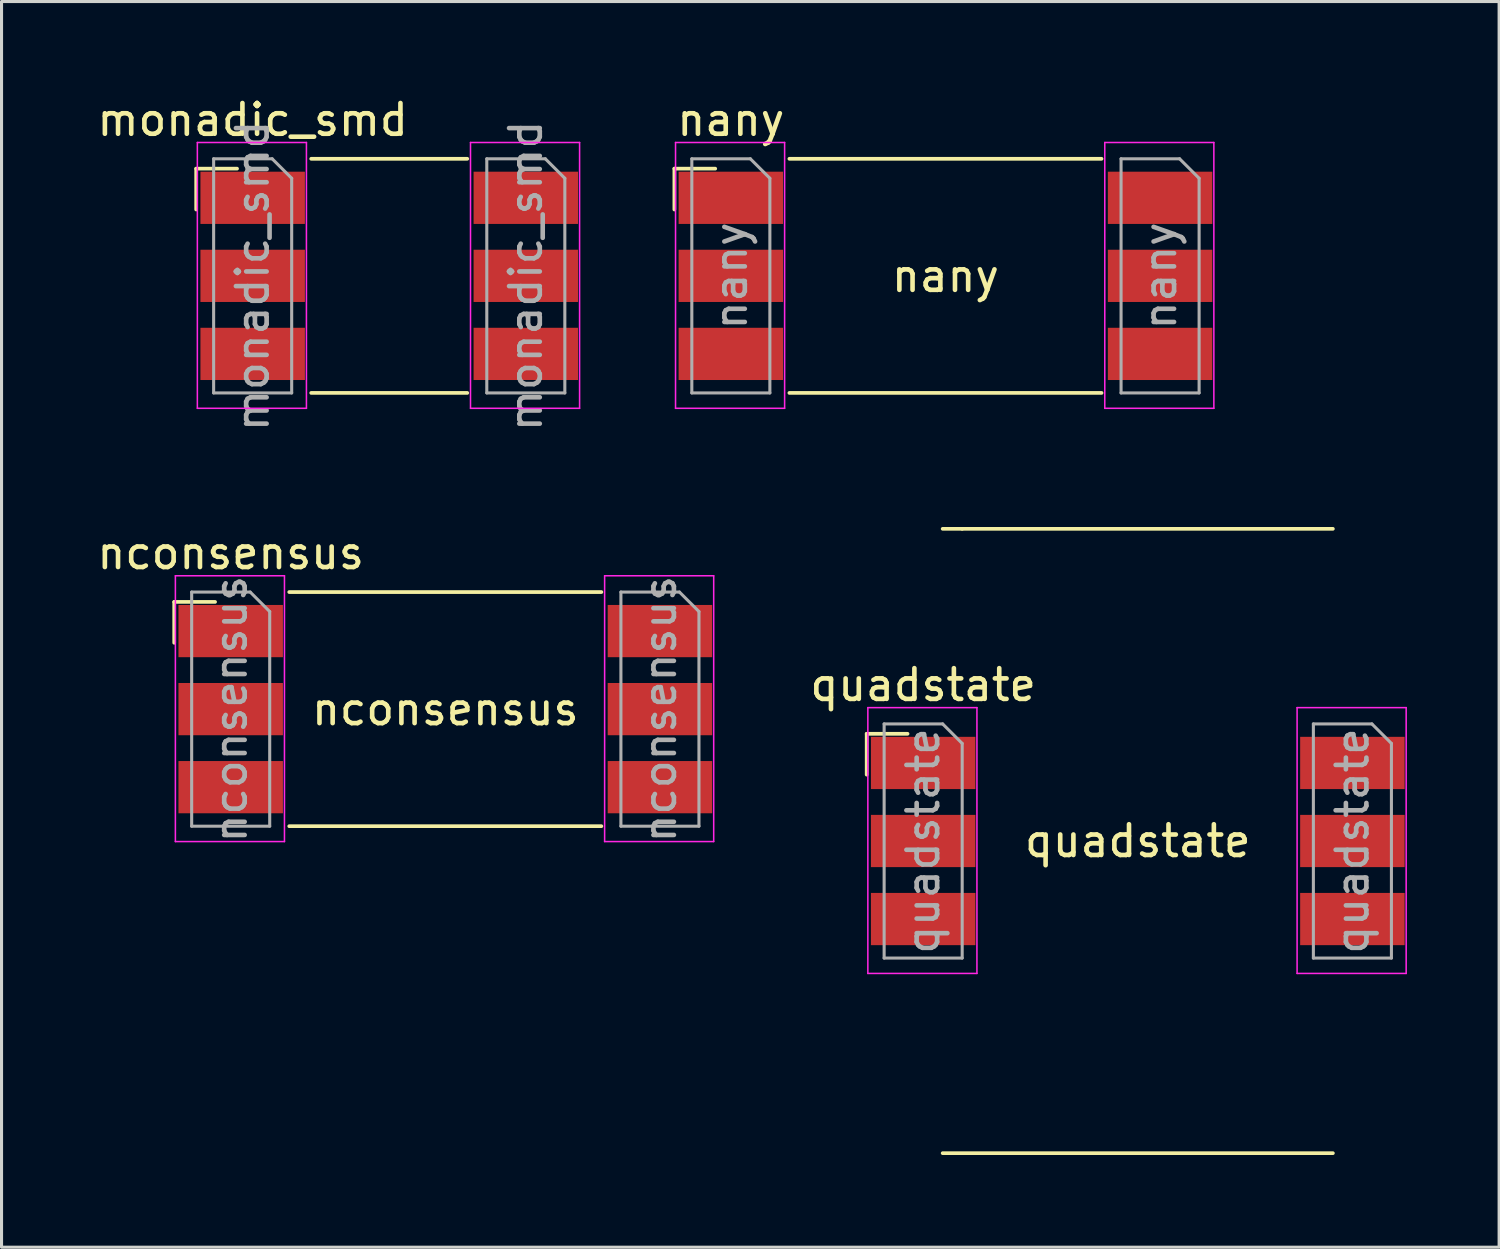
<source format=kicad_pcb>
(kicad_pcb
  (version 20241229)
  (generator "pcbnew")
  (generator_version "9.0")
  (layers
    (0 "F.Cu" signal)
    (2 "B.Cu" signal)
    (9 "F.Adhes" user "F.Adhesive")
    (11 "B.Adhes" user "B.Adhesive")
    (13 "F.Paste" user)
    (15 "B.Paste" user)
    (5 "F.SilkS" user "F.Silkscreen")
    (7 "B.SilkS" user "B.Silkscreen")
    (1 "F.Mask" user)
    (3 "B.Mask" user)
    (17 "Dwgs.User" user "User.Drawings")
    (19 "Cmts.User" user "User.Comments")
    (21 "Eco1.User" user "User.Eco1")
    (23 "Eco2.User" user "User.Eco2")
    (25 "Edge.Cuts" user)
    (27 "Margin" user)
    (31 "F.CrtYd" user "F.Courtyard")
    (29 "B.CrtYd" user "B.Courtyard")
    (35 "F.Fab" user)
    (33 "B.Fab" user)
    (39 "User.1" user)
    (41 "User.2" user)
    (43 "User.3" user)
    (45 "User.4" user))
  (footprint "monadic_smd"
    (layer "F.Cu")
    (at 5.173 5.928)
    (property "Reference" "monadic_smd" (at 0 -5.08 0) (layer "F.SilkS") (effects (font (size 1 1) (thickness 0.15))))
    (attr through_hole)
    (fp_line (start -1.838 -3.489) (end -0.508 -3.489) (stroke (width 0.12) (type solid)) (layer "F.SilkS"))
    (fp_line (start -1.838 -2.159) (end -1.838 -3.489) (stroke (width 0.12) (type solid)) (layer "F.SilkS"))
    (fp_line (start 1.905 -3.81) (end 6.985 -3.81) (stroke (width 0.12) (type solid)) (layer "F.SilkS"))
    (fp_line (start 6.985 3.81) (end 1.905 3.81) (stroke (width 0.12) (type solid)) (layer "F.SilkS"))
    (fp_line (start -1.8 -4.34) (end 1.75 -4.34) (stroke (width 0.05) (type solid)) (layer "F.CrtYd"))
    (fp_line (start -1.8 4.31) (end -1.8 -4.34) (stroke (width 0.05) (type solid)) (layer "F.CrtYd"))
    (fp_line (start 1.75 -4.34) (end 1.75 4.31) (stroke (width 0.05) (type solid)) (layer "F.CrtYd"))
    (fp_line (start 1.75 4.31) (end -1.8 4.31) (stroke (width 0.05) (type solid)) (layer "F.CrtYd"))
    (fp_line (start 7.09 -4.34) (end 10.64 -4.34) (stroke (width 0.05) (type solid)) (layer "F.CrtYd"))
    (fp_line (start 7.09 4.31) (end 7.09 -4.34) (stroke (width 0.05) (type solid)) (layer "F.CrtYd"))
    (fp_line (start 10.64 -4.34) (end 10.64 4.31) (stroke (width 0.05) (type solid)) (layer "F.CrtYd"))
    (fp_line (start 10.64 4.31) (end 7.09 4.31) (stroke (width 0.05) (type solid)) (layer "F.CrtYd"))
    (fp_line (start -1.27 -3.81) (end 0.635 -3.81) (stroke (width 0.1) (type solid)) (layer "F.Fab"))
    (fp_line (start -1.27 3.81) (end -1.27 -3.81) (stroke (width 0.1) (type solid)) (layer "F.Fab"))
    (fp_line (start 0.635 -3.81) (end 1.27 -3.175) (stroke (width 0.1) (type solid)) (layer "F.Fab"))
    (fp_line (start 1.27 -3.175) (end 1.27 3.81) (stroke (width 0.1) (type solid)) (layer "F.Fab"))
    (fp_line (start 1.27 3.81) (end -1.27 3.81) (stroke (width 0.1) (type solid)) (layer "F.Fab"))
    (fp_line (start 7.62 -3.81) (end 9.525 -3.81) (stroke (width 0.1) (type solid)) (layer "F.Fab"))
    (fp_line (start 7.62 3.81) (end 7.62 -3.81) (stroke (width 0.1) (type solid)) (layer "F.Fab"))
    (fp_line (start 9.525 -3.81) (end 10.16 -3.175) (stroke (width 0.1) (type solid)) (layer "F.Fab"))
    (fp_line (start 10.16 -3.175) (end 10.16 3.81) (stroke (width 0.1) (type solid)) (layer "F.Fab"))
    (fp_line (start 10.16 3.81) (end 7.62 3.81) (stroke (width 0.1) (type solid)) (layer "F.Fab"))
    (fp_text user "${REFERENCE}" (at 0 0 90) (layer "F.Fab") (effects (font (size 1 1) (thickness 0.15))))
    (fp_text user "${REFERENCE}" (at 8.89 0 90) (layer "F.Fab") (effects (font (size 1 1) (thickness 0.15))))
    (pad "1" smd rect (at 0 -2.54) (size 3.4 1.7) (layers "F.Cu" "F.Mask" "F.Paste"))
    (pad "2" smd rect (at 8.89 -2.54) (size 3.4 1.7) (layers "F.Cu" "F.Mask" "F.Paste"))
    (pad "3" smd rect (at 0 0) (size 3.4 1.7) (layers "F.Cu" "F.Mask" "F.Paste"))
    (pad "4" smd rect (at 8.89 0) (size 3.4 1.7) (layers "F.Cu" "F.Mask" "F.Paste"))
    (pad "5" smd rect (at 0 2.54) (size 3.4 1.7) (layers "F.Cu" "F.Mask" "F.Paste"))
    (pad "6" smd rect (at 8.89 2.54) (size 3.4 1.7) (layers "F.Cu" "F.Mask" "F.Paste")))
  (footprint "quadstate"
    (layer "F.Cu")
    (at 26.995 21.781)
    (property "Reference" "quadstate" (at 0 -2.54 0) (layer "F.SilkS") (effects (font (size 1 1) (thickness 0.15))))
    (attr through_hole)
    (fp_line (start -1.838 -0.949) (end -0.508 -0.949) (stroke (width 0.12) (type solid)) (layer "F.SilkS"))
    (fp_line (start -1.838 0.381) (end -1.838 -0.949) (stroke (width 0.12) (type solid)) (layer "F.SilkS"))
    (fp_line (start 0.635 -7.62) (end 1.27 -7.62) (stroke (width 0.12) (type solid)) (layer "F.SilkS"))
    (fp_line (start 13.335 -7.62) (end 1.27 -7.62) (stroke (width 0.12) (type solid)) (layer "F.SilkS"))
    (fp_line (start 13.335 12.7) (end 0.635 12.7) (stroke (width 0.12) (type solid)) (layer "F.SilkS"))
    (fp_line (start -1.8 -1.8) (end 1.75 -1.8) (stroke (width 0.05) (type solid)) (layer "F.CrtYd"))
    (fp_line (start -1.8 6.85) (end -1.8 -1.8) (stroke (width 0.05) (type solid)) (layer "F.CrtYd"))
    (fp_line (start 1.75 -1.8) (end 1.75 6.85) (stroke (width 0.05) (type solid)) (layer "F.CrtYd"))
    (fp_line (start 1.75 6.85) (end -1.8 6.85) (stroke (width 0.05) (type solid)) (layer "F.CrtYd"))
    (fp_line (start 12.17 -1.8) (end 15.72 -1.8) (stroke (width 0.05) (type solid)) (layer "F.CrtYd"))
    (fp_line (start 12.17 6.85) (end 12.17 -1.8) (stroke (width 0.05) (type solid)) (layer "F.CrtYd"))
    (fp_line (start 15.72 -1.8) (end 15.72 6.85) (stroke (width 0.05) (type solid)) (layer "F.CrtYd"))
    (fp_line (start 15.72 6.85) (end 12.17 6.85) (stroke (width 0.05) (type solid)) (layer "F.CrtYd"))
    (fp_line (start -1.27 -1.27) (end 0.635 -1.27) (stroke (width 0.1) (type solid)) (layer "F.Fab"))
    (fp_line (start -1.27 6.35) (end -1.27 -1.27) (stroke (width 0.1) (type solid)) (layer "F.Fab"))
    (fp_line (start 0.635 -1.27) (end 1.27 -0.635) (stroke (width 0.1) (type solid)) (layer "F.Fab"))
    (fp_line (start 1.27 -0.635) (end 1.27 6.35) (stroke (width 0.1) (type solid)) (layer "F.Fab"))
    (fp_line (start 1.27 6.35) (end -1.27 6.35) (stroke (width 0.1) (type solid)) (layer "F.Fab"))
    (fp_line (start 12.7 -1.27) (end 14.605 -1.27) (stroke (width 0.1) (type solid)) (layer "F.Fab"))
    (fp_line (start 12.7 6.35) (end 12.7 -1.27) (stroke (width 0.1) (type solid)) (layer "F.Fab"))
    (fp_line (start 14.605 -1.27) (end 15.24 -0.635) (stroke (width 0.1) (type solid)) (layer "F.Fab"))
    (fp_line (start 15.24 -0.635) (end 15.24 6.35) (stroke (width 0.1) (type solid)) (layer "F.Fab"))
    (fp_line (start 15.24 6.35) (end 12.7 6.35) (stroke (width 0.1) (type solid)) (layer "F.Fab"))
    (fp_text user "quadstate" (at 6.985 2.54 0) (layer "F.SilkS") (effects (font (size 1 1) (thickness 0.15))))
    (fp_text user "${REFERENCE}" (at 13.97 2.54 90) (layer "F.Fab") (effects (font (size 1 1) (thickness 0.15))))
    (fp_text user "${REFERENCE}" (at 0 2.54 90) (layer "F.Fab") (effects (font (size 1 1) (thickness 0.15))))
    (pad "1" smd rect (at 0 0) (size 3.4 1.7) (layers "F.Cu" "F.Mask" "F.Paste"))
    (pad "2" smd rect (at 13.97 0) (size 3.4 1.7) (layers "F.Cu" "F.Mask" "F.Paste"))
    (pad "3" smd rect (at 0 2.54) (size 3.4 1.7) (layers "F.Cu" "F.Mask" "F.Paste"))
    (pad "4" smd rect (at 13.97 2.54) (size 3.4 1.7) (layers "F.Cu" "F.Mask" "F.Paste"))
    (pad "5" smd rect (at 0 5.08) (size 3.4 1.7) (layers "F.Cu" "F.Mask" "F.Paste"))
    (pad "6" smd rect (at 13.97 5.08) (size 3.4 1.7) (layers "F.Cu" "F.Mask" "F.Paste")))
  (footprint "nconsensus"
    (layer "F.Cu")
    (at 4.458 20.029)
    (property "Reference" "nconsensus" (at 0 -5.08 0) (layer "F.SilkS") (effects (font (size 1 1) (thickness 0.15))))
    (attr through_hole)
    (fp_line (start -1.838 -3.489) (end -0.508 -3.489) (stroke (width 0.12) (type solid)) (layer "F.SilkS"))
    (fp_line (start -1.838 -2.159) (end -1.838 -3.489) (stroke (width 0.12) (type solid)) (layer "F.SilkS"))
    (fp_line (start 1.905 -3.81) (end 12.065 -3.81) (stroke (width 0.12) (type solid)) (layer "F.SilkS"))
    (fp_line (start 1.905 3.81) (end 12.065 3.81) (stroke (width 0.12) (type solid)) (layer "F.SilkS"))
    (fp_line (start -1.8 -4.34) (end 1.75 -4.34) (stroke (width 0.05) (type solid)) (layer "F.CrtYd"))
    (fp_line (start -1.8 4.31) (end -1.8 -4.34) (stroke (width 0.05) (type solid)) (layer "F.CrtYd"))
    (fp_line (start 1.75 -4.34) (end 1.75 4.31) (stroke (width 0.05) (type solid)) (layer "F.CrtYd"))
    (fp_line (start 1.75 4.31) (end -1.8 4.31) (stroke (width 0.05) (type solid)) (layer "F.CrtYd"))
    (fp_line (start 12.17 -4.34) (end 15.72 -4.34) (stroke (width 0.05) (type solid)) (layer "F.CrtYd"))
    (fp_line (start 12.17 4.31) (end 12.17 -4.34) (stroke (width 0.05) (type solid)) (layer "F.CrtYd"))
    (fp_line (start 15.72 -4.34) (end 15.72 4.31) (stroke (width 0.05) (type solid)) (layer "F.CrtYd"))
    (fp_line (start 15.72 4.31) (end 12.17 4.31) (stroke (width 0.05) (type solid)) (layer "F.CrtYd"))
    (fp_line (start -1.27 -3.81) (end 0.635 -3.81) (stroke (width 0.1) (type solid)) (layer "F.Fab"))
    (fp_line (start -1.27 3.81) (end -1.27 -3.81) (stroke (width 0.1) (type solid)) (layer "F.Fab"))
    (fp_line (start 0.635 -3.81) (end 1.27 -3.175) (stroke (width 0.1) (type solid)) (layer "F.Fab"))
    (fp_line (start 1.27 -3.175) (end 1.27 3.81) (stroke (width 0.1) (type solid)) (layer "F.Fab"))
    (fp_line (start 1.27 3.81) (end -1.27 3.81) (stroke (width 0.1) (type solid)) (layer "F.Fab"))
    (fp_line (start 12.7 -3.81) (end 14.605 -3.81) (stroke (width 0.1) (type solid)) (layer "F.Fab"))
    (fp_line (start 12.7 3.81) (end 12.7 -3.81) (stroke (width 0.1) (type solid)) (layer "F.Fab"))
    (fp_line (start 14.605 -3.81) (end 15.24 -3.175) (stroke (width 0.1) (type solid)) (layer "F.Fab"))
    (fp_line (start 15.24 -3.175) (end 15.24 3.81) (stroke (width 0.1) (type solid)) (layer "F.Fab"))
    (fp_line (start 15.24 3.81) (end 12.7 3.81) (stroke (width 0.1) (type solid)) (layer "F.Fab"))
    (fp_text user "nconsensus" (at 6.985 0 0) (layer "F.SilkS") (effects (font (size 1 1) (thickness 0.15))))
    (fp_text user "${REFERENCE}" (at 13.97 0 90) (layer "F.Fab") (effects (font (size 1 1) (thickness 0.15))))
    (fp_text user "${REFERENCE}" (at 0 0 90) (layer "F.Fab") (effects (font (size 1 1) (thickness 0.15))))
    (pad "1" smd rect (at 0 -2.54) (size 3.4 1.7) (layers "F.Cu" "F.Mask" "F.Paste"))
    (pad "2" smd rect (at 13.97 -2.54) (size 3.4 1.7) (layers "F.Cu" "F.Mask" "F.Paste"))
    (pad "3" smd rect (at 0 0) (size 3.4 1.7) (layers "F.Cu" "F.Mask" "F.Paste"))
    (pad "4" smd rect (at 13.97 0) (size 3.4 1.7) (layers "F.Cu" "F.Mask" "F.Paste"))
    (pad "5" smd rect (at 0 2.54) (size 3.4 1.7) (layers "F.Cu" "F.Mask" "F.Paste"))
    (pad "6" smd rect (at 13.97 2.54) (size 3.4 1.7) (layers "F.Cu" "F.Mask" "F.Paste")))
  (footprint "nany"
    (layer "F.Cu")
    (at 20.736 5.928)
    (property "Reference" "nany" (at 0 -5.08 0) (layer "F.SilkS") (effects (font (size 1 1) (thickness 0.15))))
    (attr through_hole)
    (fp_line (start -1.838 -3.489) (end -0.508 -3.489) (stroke (width 0.12) (type solid)) (layer "F.SilkS"))
    (fp_line (start -1.838 -2.159) (end -1.838 -3.489) (stroke (width 0.12) (type solid)) (layer "F.SilkS"))
    (fp_line (start 1.905 -3.81) (end 12.065 -3.81) (stroke (width 0.12) (type solid)) (layer "F.SilkS"))
    (fp_line (start 12.065 3.81) (end 1.905 3.81) (stroke (width 0.12) (type solid)) (layer "F.SilkS"))
    (fp_line (start -1.8 -4.34) (end 1.75 -4.34) (stroke (width 0.05) (type solid)) (layer "F.CrtYd"))
    (fp_line (start -1.8 4.31) (end -1.8 -4.34) (stroke (width 0.05) (type solid)) (layer "F.CrtYd"))
    (fp_line (start 1.75 -4.34) (end 1.75 4.31) (stroke (width 0.05) (type solid)) (layer "F.CrtYd"))
    (fp_line (start 1.75 4.31) (end -1.8 4.31) (stroke (width 0.05) (type solid)) (layer "F.CrtYd"))
    (fp_line (start 12.17 -4.34) (end 15.72 -4.34) (stroke (width 0.05) (type solid)) (layer "F.CrtYd"))
    (fp_line (start 12.17 4.31) (end 12.17 -4.34) (stroke (width 0.05) (type solid)) (layer "F.CrtYd"))
    (fp_line (start 15.72 -4.34) (end 15.72 4.31) (stroke (width 0.05) (type solid)) (layer "F.CrtYd"))
    (fp_line (start 15.72 4.31) (end 12.17 4.31) (stroke (width 0.05) (type solid)) (layer "F.CrtYd"))
    (fp_line (start -1.27 -3.81) (end 0.635 -3.81) (stroke (width 0.1) (type solid)) (layer "F.Fab"))
    (fp_line (start -1.27 3.81) (end -1.27 -3.81) (stroke (width 0.1) (type solid)) (layer "F.Fab"))
    (fp_line (start 0.635 -3.81) (end 1.27 -3.175) (stroke (width 0.1) (type solid)) (layer "F.Fab"))
    (fp_line (start 1.27 -3.175) (end 1.27 3.81) (stroke (width 0.1) (type solid)) (layer "F.Fab"))
    (fp_line (start 1.27 3.81) (end -1.27 3.81) (stroke (width 0.1) (type solid)) (layer "F.Fab"))
    (fp_line (start 12.7 -3.81) (end 14.605 -3.81) (stroke (width 0.1) (type solid)) (layer "F.Fab"))
    (fp_line (start 12.7 3.81) (end 12.7 -3.81) (stroke (width 0.1) (type solid)) (layer "F.Fab"))
    (fp_line (start 14.605 -3.81) (end 15.24 -3.175) (stroke (width 0.1) (type solid)) (layer "F.Fab"))
    (fp_line (start 15.24 -3.175) (end 15.24 3.81) (stroke (width 0.1) (type solid)) (layer "F.Fab"))
    (fp_line (start 15.24 3.81) (end 12.7 3.81) (stroke (width 0.1) (type solid)) (layer "F.Fab"))
    (fp_text user "nany" (at 6.985 0 0) (layer "F.SilkS") (effects (font (size 1 1) (thickness 0.15))))
    (fp_text user "${REFERENCE}" (at 13.97 0 90) (layer "F.Fab") (effects (font (size 1 1) (thickness 0.15))))
    (fp_text user "${REFERENCE}" (at 0 0 90) (layer "F.Fab") (effects (font (size 1 1) (thickness 0.15))))
    (pad "1" smd rect (at 0 -2.54) (size 3.4 1.7) (layers "F.Cu" "F.Mask" "F.Paste"))
    (pad "2" smd rect (at 13.97 -2.54) (size 3.4 1.7) (layers "F.Cu" "F.Mask" "F.Paste"))
    (pad "3" smd rect (at 0 0) (size 3.4 1.7) (layers "F.Cu" "F.Mask" "F.Paste"))
    (pad "4" smd rect (at 13.97 0) (size 3.4 1.7) (layers "F.Cu" "F.Mask" "F.Paste"))
    (pad "5" smd rect (at 0 2.54) (size 3.4 1.7) (layers "F.Cu" "F.Mask" "F.Paste"))
    (pad "6" smd rect (at 13.97 2.54) (size 3.4 1.7) (layers "F.Cu" "F.Mask" "F.Paste")))
  (gr_rect
    (start -3 -3)
    (end 45.74 37.541)
    (stroke (width 0.1) (type default))
    (fill no)
    (layer "Edge.Cuts")))
</source>
